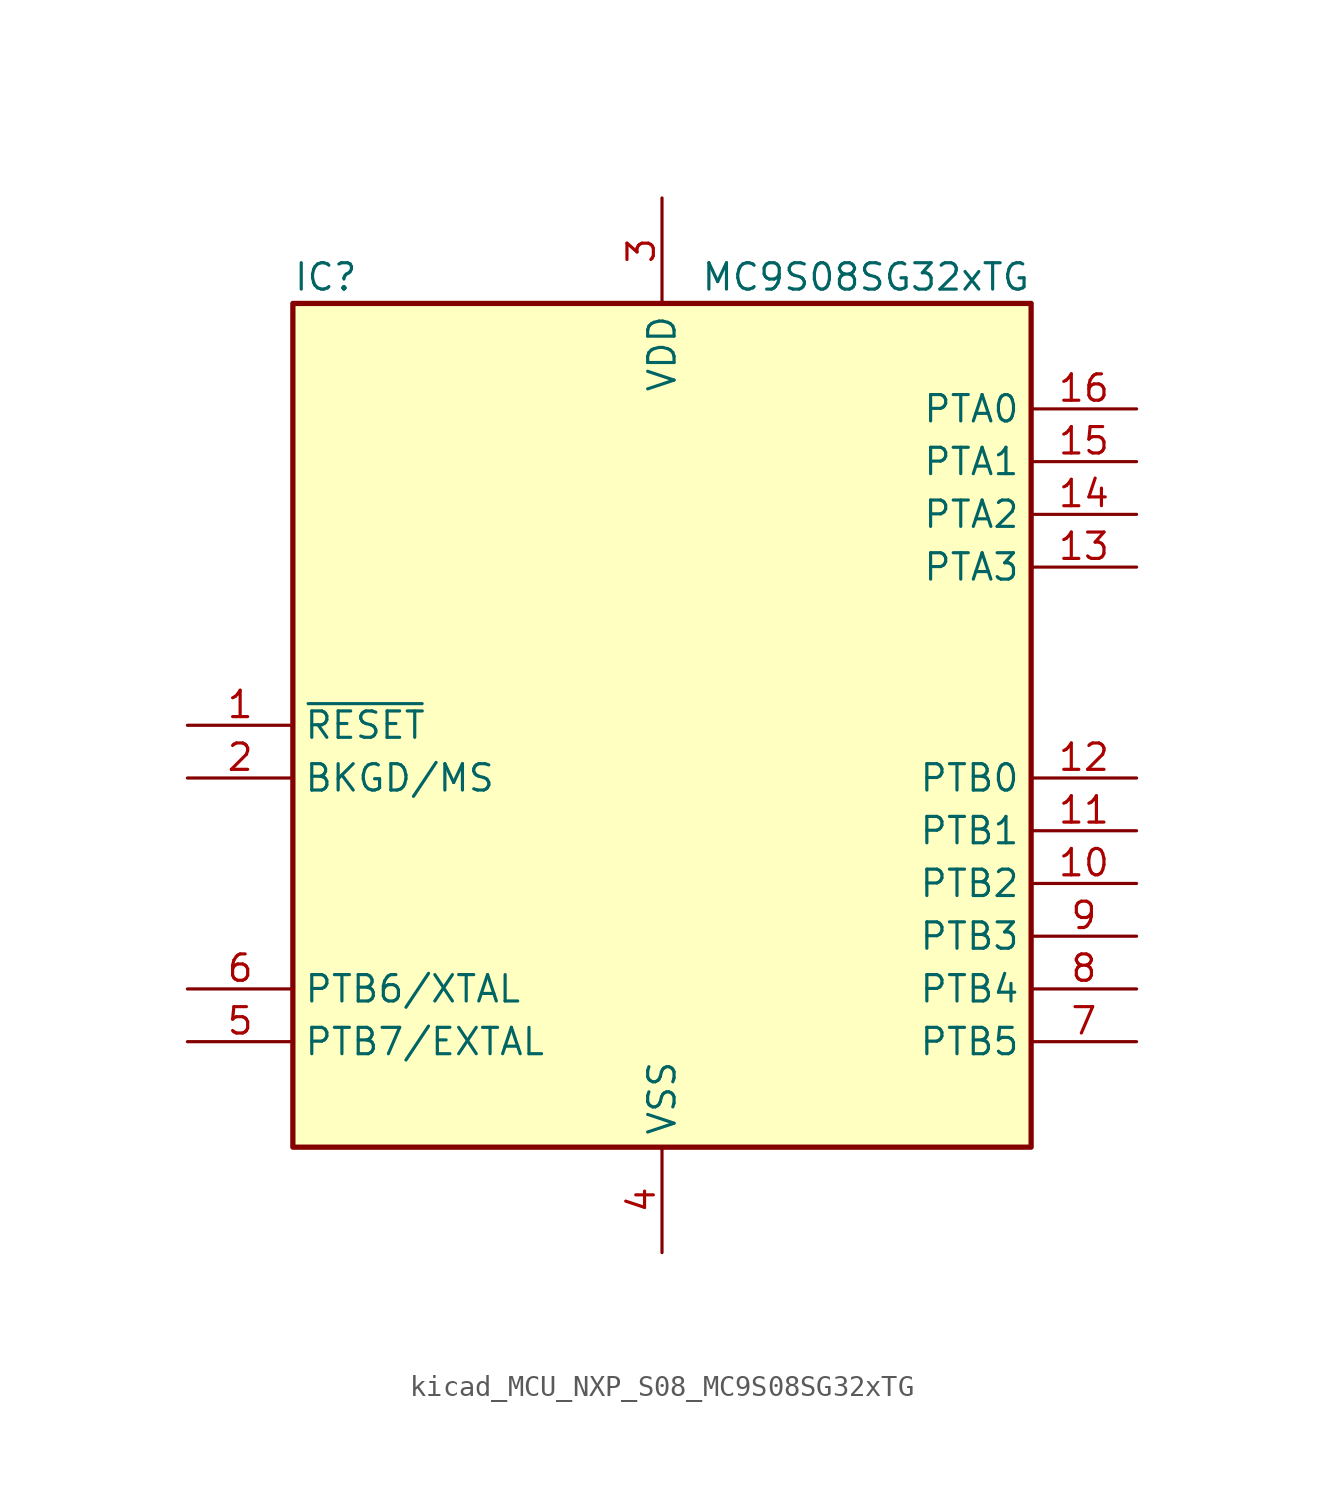
<source format=kicad_sym>
(kicad_symbol_lib
  (version 20220914)
  (generator kicad_symbol_editor)
  (symbol "kicad_MCU_NXP_S08_MC9S08SG32xTG"
    (property "Reference" "IC"
      (at -17.78 21.59 0)
      (effects (font (size 1.27 1.27)) (justify left)))
    (property "Value" "MC9S08SG32xTG"
      (at 17.78 21.59 0)
      (effects (font (size 1.27 1.27)) (justify right)))
    (symbol "kicad_MCU_NXP_S08_MC9S08SG32xTG_0_1"
      (rectangle (start -17.78 20.32) (end 17.78 -20.32) (stroke (width 0.254) (type default)) (fill (type background))))
    (symbol "kicad_MCU_NXP_S08_MC9S08SG32xTG_1_1"
      (pin input line (at -22.86 0 0) (length 5.08) (name "~{RESET}" (effects (font (size 1.27 1.27)))) (number "1" (effects (font (size 1.27 1.27)))))
      (pin bidirectional line (at 22.86 -7.62 180) (length 5.08) (name "PTB2" (effects (font (size 1.27 1.27)))) (number "10" (effects (font (size 1.27 1.27)))))
      (pin bidirectional line (at 22.86 -5.08 180) (length 5.08) (name "PTB1" (effects (font (size 1.27 1.27)))) (number "11" (effects (font (size 1.27 1.27)))))
      (pin bidirectional line (at 22.86 -2.54 180) (length 5.08) (name "PTB0" (effects (font (size 1.27 1.27)))) (number "12" (effects (font (size 1.27 1.27)))))
      (pin bidirectional line (at 22.86 7.62 180) (length 5.08) (name "PTA3" (effects (font (size 1.27 1.27)))) (number "13" (effects (font (size 1.27 1.27)))))
      (pin bidirectional line (at 22.86 10.16 180) (length 5.08) (name "PTA2" (effects (font (size 1.27 1.27)))) (number "14" (effects (font (size 1.27 1.27)))))
      (pin bidirectional line (at 22.86 12.7 180) (length 5.08) (name "PTA1" (effects (font (size 1.27 1.27)))) (number "15" (effects (font (size 1.27 1.27)))))
      (pin bidirectional line (at 22.86 15.24 180) (length 5.08) (name "PTA0" (effects (font (size 1.27 1.27)))) (number "16" (effects (font (size 1.27 1.27)))))
      (pin bidirectional line (at -22.86 -2.54 0) (length 5.08) (name "BKGD/MS" (effects (font (size 1.27 1.27)))) (number "2" (effects (font (size 1.27 1.27)))))
      (pin power_in line (at 0 25.4 270) (length 5.08) (name "VDD" (effects (font (size 1.27 1.27)))) (number "3" (effects (font (size 1.27 1.27)))))
      (pin power_in line (at 0 -25.4 90) (length 5.08) (name "VSS" (effects (font (size 1.27 1.27)))) (number "4" (effects (font (size 1.27 1.27)))))
      (pin bidirectional line (at -22.86 -15.24 0) (length 5.08) (name "PTB7/EXTAL" (effects (font (size 1.27 1.27)))) (number "5" (effects (font (size 1.27 1.27)))))
      (pin bidirectional line (at -22.86 -12.7 0) (length 5.08) (name "PTB6/XTAL" (effects (font (size 1.27 1.27)))) (number "6" (effects (font (size 1.27 1.27)))))
      (pin bidirectional line (at 22.86 -15.24 180) (length 5.08) (name "PTB5" (effects (font (size 1.27 1.27)))) (number "7" (effects (font (size 1.27 1.27)))))
      (pin bidirectional line (at 22.86 -12.7 180) (length 5.08) (name "PTB4" (effects (font (size 1.27 1.27)))) (number "8" (effects (font (size 1.27 1.27)))))
      (pin bidirectional line (at 22.86 -10.16 180) (length 5.08) (name "PTB3" (effects (font (size 1.27 1.27)))) (number "9" (effects (font (size 1.27 1.27))))))))
</source>
